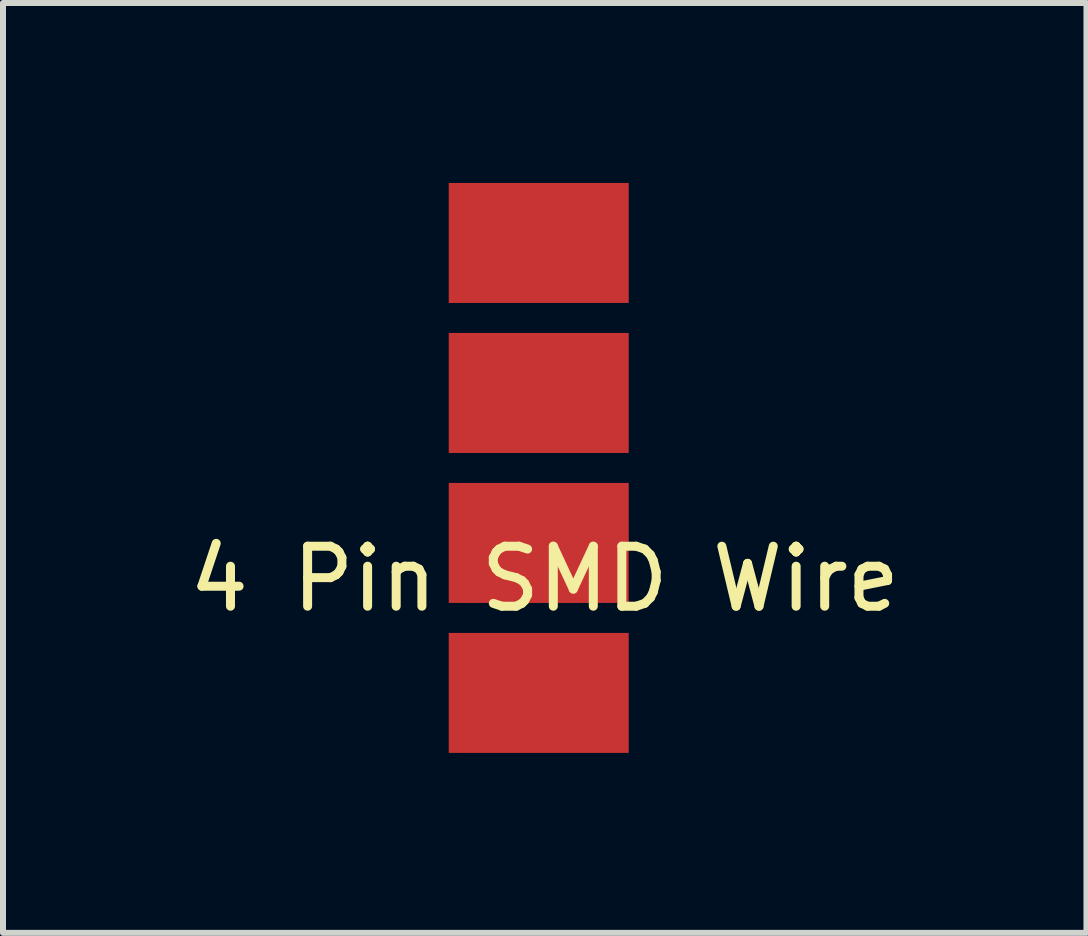
<source format=kicad_pcb>
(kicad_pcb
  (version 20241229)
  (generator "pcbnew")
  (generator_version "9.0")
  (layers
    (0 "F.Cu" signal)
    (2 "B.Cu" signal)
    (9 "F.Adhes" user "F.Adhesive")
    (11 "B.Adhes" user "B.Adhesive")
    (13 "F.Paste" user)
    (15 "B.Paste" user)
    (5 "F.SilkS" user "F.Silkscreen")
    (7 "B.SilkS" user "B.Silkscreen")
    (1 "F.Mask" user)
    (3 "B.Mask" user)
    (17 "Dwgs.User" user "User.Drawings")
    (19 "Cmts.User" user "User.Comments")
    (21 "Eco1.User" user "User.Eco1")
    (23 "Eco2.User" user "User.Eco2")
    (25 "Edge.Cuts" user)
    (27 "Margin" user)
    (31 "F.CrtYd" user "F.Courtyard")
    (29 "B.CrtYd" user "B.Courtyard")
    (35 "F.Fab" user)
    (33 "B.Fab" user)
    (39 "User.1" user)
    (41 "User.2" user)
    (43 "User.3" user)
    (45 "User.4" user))
  (footprint "4 Pin SMD Wire"
    (layer "F.Cu")
    (at 5.93 4.75)
    (property "Reference" "4 Pin SMD Wire" (at 0.1 1.85 0) (layer "F.SilkS") (effects (font (size 1 1) (thickness 0.15))))
    (attr through_hole)
    (pad "1" smd rect (at 0 -3.75) (size 3 2) (layers "F.Cu" "F.Mask" "F.Paste"))
    (pad "2" smd rect (at 0 -1.25) (size 3 2) (layers "F.Cu" "F.Mask" "F.Paste"))
    (pad "3" smd rect (at 0 1.25) (size 3 2) (layers "F.Cu" "F.Mask" "F.Paste"))
    (pad "4" smd rect (at 0 3.75) (size 3 2) (layers "F.Cu" "F.Mask" "F.Paste")))
  (gr_rect
    (start -3 -3)
    (end 15.06 12.5)
    (stroke (width 0.1) (type default))
    (fill no)
    (layer "Edge.Cuts")))
</source>
